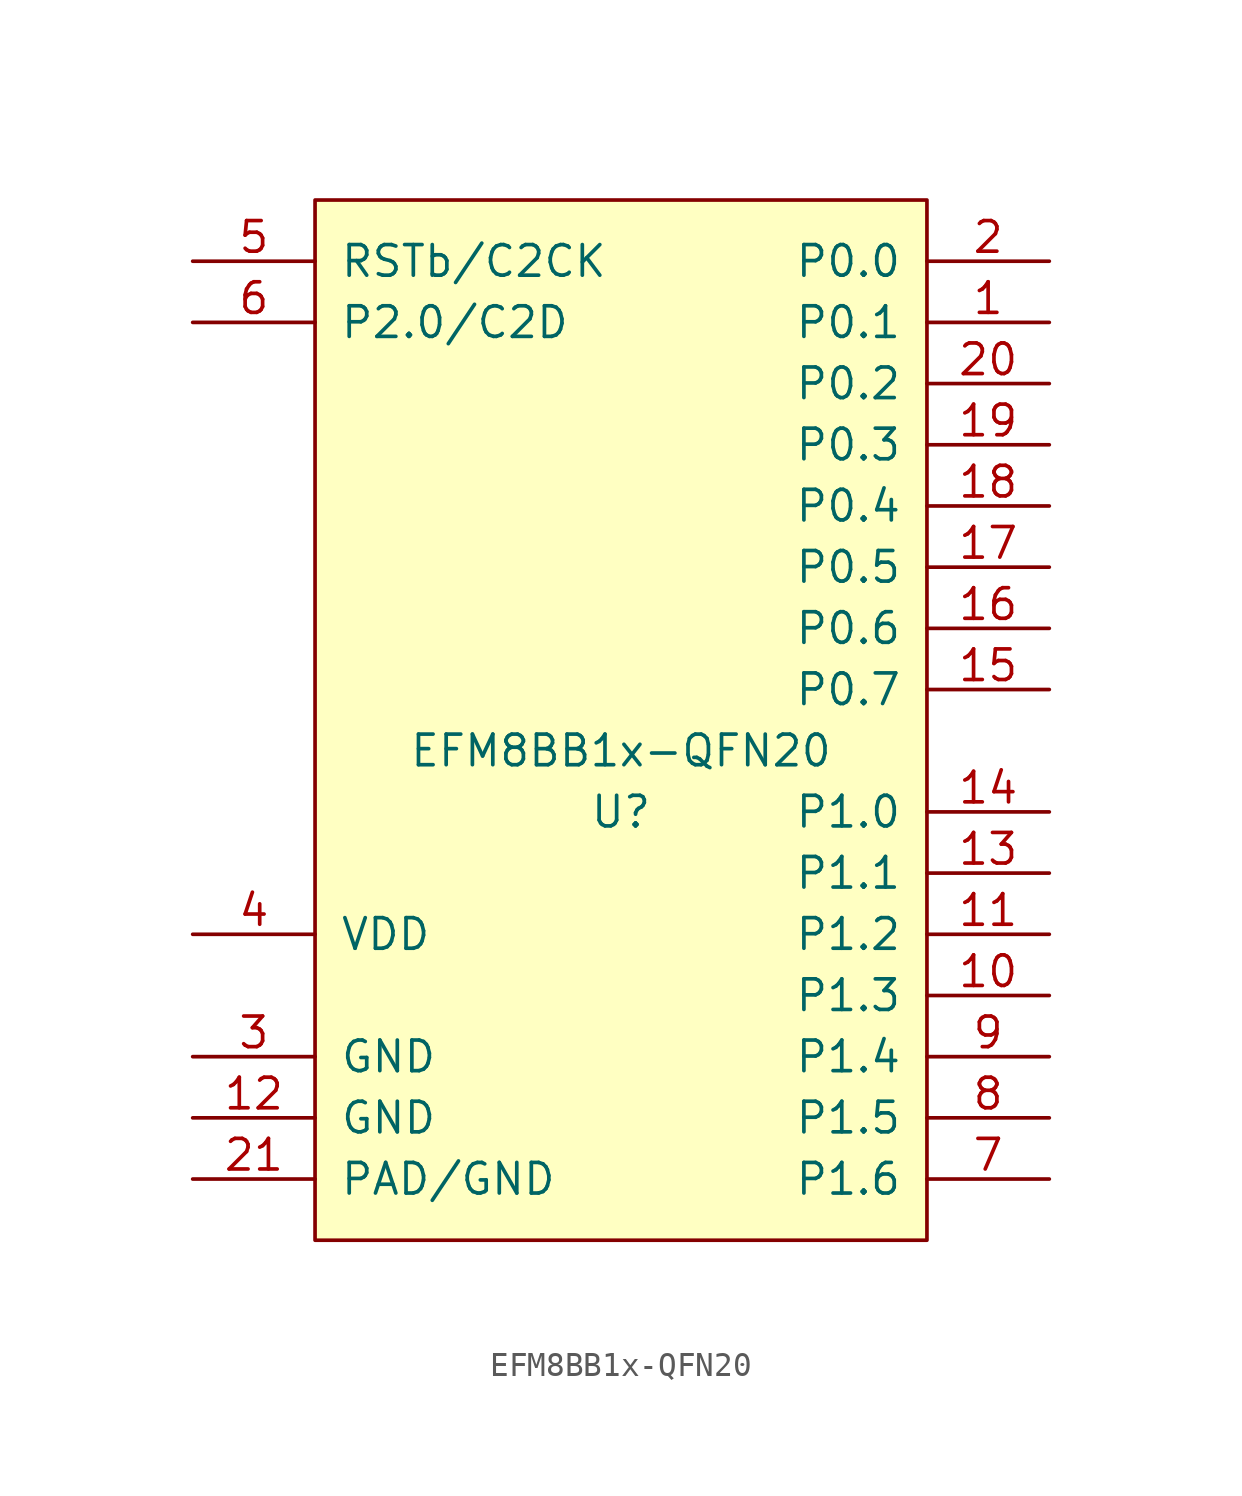
<source format=kicad_sym>
(kicad_symbol_lib
  (version 20241209)
  (generator "kicad_symbol_editor")
  (generator_version "9.0")
  (symbol "EFM8BB1x-QFN20"
    (pin_names
      (offset 1.016))
    (property "Reference" "U"
      (at 0 -2.54 0)
      (effects (font (size 1.27 1.27))))
    (property "Value" "EFM8BB1x-QFN20"
      (at 0 0 0)
      (effects (font (size 1.27 1.27))))
    (symbol "EFM8BB1x-QFN20_1_1"
      (rectangle (start -12.7 22.86) (end 12.7 -20.32) (stroke (width 0) (type solid)) (fill (type background)))
      (pin passive line (at -17.78 20.32 0) (length 5.08) (name "RSTb/C2CK" (effects (font (size 1.27 1.27)))) (number "5" (effects (font (size 1.27 1.27)))))
      (pin passive line (at -17.78 17.78 0) (length 5.08) (name "P2.0/C2D" (effects (font (size 1.27 1.27)))) (number "6" (effects (font (size 1.27 1.27)))))
      (pin passive line (at -17.78 -7.62 0) (length 5.08) (name "VDD" (effects (font (size 1.27 1.27)))) (number "4" (effects (font (size 1.27 1.27)))))
      (pin passive line (at -17.78 -12.7 0) (length 5.08) (name "GND" (effects (font (size 1.27 1.27)))) (number "3" (effects (font (size 1.27 1.27)))))
      (pin passive line (at -17.78 -15.24 0) (length 5.08) (name "GND" (effects (font (size 1.27 1.27)))) (number "12" (effects (font (size 1.27 1.27)))))
      (pin passive line (at -17.78 -17.78 0) (length 5.08) (name "PAD/GND" (effects (font (size 1.27 1.27)))) (number "21" (effects (font (size 1.27 1.27)))))
      (pin passive line (at 17.78 20.32 180) (length 5.08) (name "P0.0" (effects (font (size 1.27 1.27)))) (number "2" (effects (font (size 1.27 1.27)))))
      (pin passive line (at 17.78 17.78 180) (length 5.08) (name "P0.1" (effects (font (size 1.27 1.27)))) (number "1" (effects (font (size 1.27 1.27)))))
      (pin passive line (at 17.78 15.24 180) (length 5.08) (name "P0.2" (effects (font (size 1.27 1.27)))) (number "20" (effects (font (size 1.27 1.27)))))
      (pin passive line (at 17.78 12.7 180) (length 5.08) (name "P0.3" (effects (font (size 1.27 1.27)))) (number "19" (effects (font (size 1.27 1.27)))))
      (pin passive line (at 17.78 10.16 180) (length 5.08) (name "P0.4" (effects (font (size 1.27 1.27)))) (number "18" (effects (font (size 1.27 1.27)))))
      (pin passive line (at 17.78 7.62 180) (length 5.08) (name "P0.5" (effects (font (size 1.27 1.27)))) (number "17" (effects (font (size 1.27 1.27)))))
      (pin passive line (at 17.78 5.08 180) (length 5.08) (name "P0.6" (effects (font (size 1.27 1.27)))) (number "16" (effects (font (size 1.27 1.27)))))
      (pin passive line (at 17.78 2.54 180) (length 5.08) (name "P0.7" (effects (font (size 1.27 1.27)))) (number "15" (effects (font (size 1.27 1.27)))))
      (pin passive line (at 17.78 -2.54 180) (length 5.08) (name "P1.0" (effects (font (size 1.27 1.27)))) (number "14" (effects (font (size 1.27 1.27)))))
      (pin passive line (at 17.78 -5.08 180) (length 5.08) (name "P1.1" (effects (font (size 1.27 1.27)))) (number "13" (effects (font (size 1.27 1.27)))))
      (pin passive line (at 17.78 -7.62 180) (length 5.08) (name "P1.2" (effects (font (size 1.27 1.27)))) (number "11" (effects (font (size 1.27 1.27)))))
      (pin passive line (at 17.78 -10.16 180) (length 5.08) (name "P1.3" (effects (font (size 1.27 1.27)))) (number "10" (effects (font (size 1.27 1.27)))))
      (pin passive line (at 17.78 -12.7 180) (length 5.08) (name "P1.4" (effects (font (size 1.27 1.27)))) (number "9" (effects (font (size 1.27 1.27)))))
      (pin passive line (at 17.78 -15.24 180) (length 5.08) (name "P1.5" (effects (font (size 1.27 1.27)))) (number "8" (effects (font (size 1.27 1.27)))))
      (pin passive line (at 17.78 -17.78 180) (length 5.08) (name "P1.6" (effects (font (size 1.27 1.27)))) (number "7" (effects (font (size 1.27 1.27))))))))
</source>
